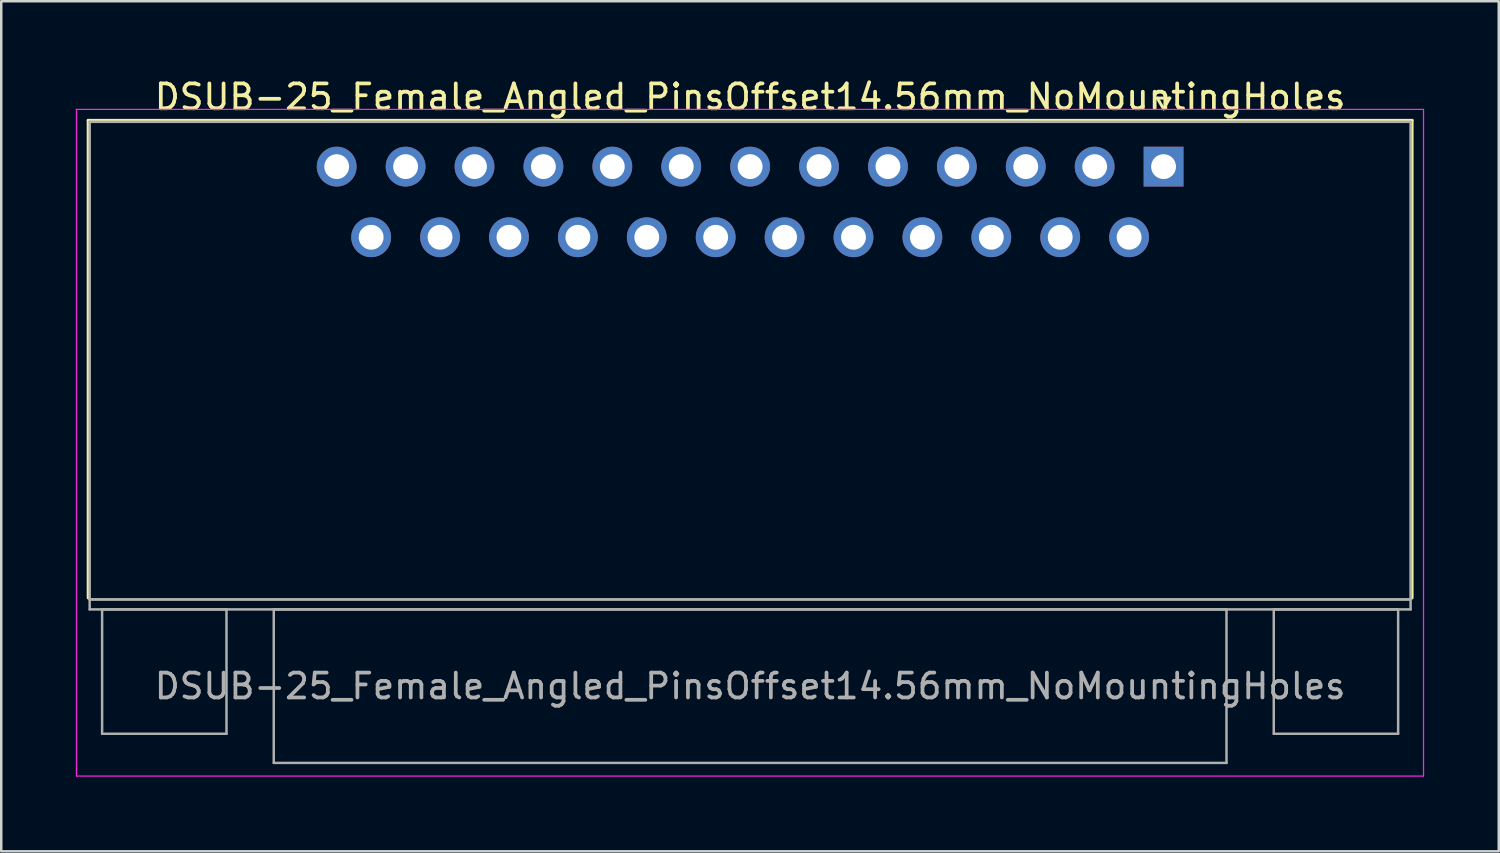
<source format=kicad_pcb>
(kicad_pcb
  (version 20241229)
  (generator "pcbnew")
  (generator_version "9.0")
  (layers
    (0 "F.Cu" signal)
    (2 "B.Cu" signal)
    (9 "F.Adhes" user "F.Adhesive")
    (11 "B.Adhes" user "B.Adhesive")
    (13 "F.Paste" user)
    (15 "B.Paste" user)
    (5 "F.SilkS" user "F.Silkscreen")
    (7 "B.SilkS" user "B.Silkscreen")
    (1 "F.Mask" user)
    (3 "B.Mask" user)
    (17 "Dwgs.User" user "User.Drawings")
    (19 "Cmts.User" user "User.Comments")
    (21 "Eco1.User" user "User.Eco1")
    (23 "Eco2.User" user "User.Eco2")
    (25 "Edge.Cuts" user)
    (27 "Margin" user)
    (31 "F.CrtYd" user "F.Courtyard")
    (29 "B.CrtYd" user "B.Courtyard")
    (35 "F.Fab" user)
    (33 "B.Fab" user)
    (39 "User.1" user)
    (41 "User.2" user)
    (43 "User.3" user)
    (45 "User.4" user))
  (footprint "DSUB-25_Female_Angled_PinsOffset14.56mm_NoMountingHoles"
    (layer "F.Cu")
    (at 43.725 3.648)
    (property "Reference" "DSUB-25_Female_Angled_PinsOffset14.56mm_NoMountingHoles" (at -16.62 -2.8 0) (layer "F.SilkS") (effects (font (size 1 1) (thickness 0.15))))
    (attr through_hole)
    (fp_line (start -43.23 -1.86) (end 9.99 -1.86) (stroke (width 0.12) (type solid)) (layer "F.SilkS"))
    (fp_line (start -43.23 17.34) (end -43.23 -1.86) (stroke (width 0.12) (type solid)) (layer "F.SilkS"))
    (fp_line (start -0.25 -2.754) (end 0.25 -2.754) (stroke (width 0.12) (type solid)) (layer "F.SilkS"))
    (fp_line (start 0 -2.321) (end -0.25 -2.754) (stroke (width 0.12) (type solid)) (layer "F.SilkS"))
    (fp_line (start 0.25 -2.754) (end 0 -2.321) (stroke (width 0.12) (type solid)) (layer "F.SilkS"))
    (fp_line (start 9.99 -1.86) (end 9.99 17.34) (stroke (width 0.12) (type solid)) (layer "F.SilkS"))
    (fp_line (start -43.7 -2.3) (end -43.7 24.5) (stroke (width 0.05) (type solid)) (layer "F.CrtYd"))
    (fp_line (start -43.7 24.5) (end 10.45 24.5) (stroke (width 0.05) (type solid)) (layer "F.CrtYd"))
    (fp_line (start 10.45 -2.3) (end -43.7 -2.3) (stroke (width 0.05) (type solid)) (layer "F.CrtYd"))
    (fp_line (start 10.45 24.5) (end 10.45 -2.3) (stroke (width 0.05) (type solid)) (layer "F.CrtYd"))
    (fp_line (start -43.17 -1.8) (end -43.17 17.4) (stroke (width 0.1) (type solid)) (layer "F.Fab"))
    (fp_line (start -43.17 17.4) (end -43.17 17.8) (stroke (width 0.1) (type solid)) (layer "F.Fab"))
    (fp_line (start -43.17 17.4) (end 9.93 17.4) (stroke (width 0.1) (type solid)) (layer "F.Fab"))
    (fp_line (start -43.17 17.8) (end 9.93 17.8) (stroke (width 0.1) (type solid)) (layer "F.Fab"))
    (fp_line (start -42.67 17.8) (end -42.67 22.8) (stroke (width 0.1) (type solid)) (layer "F.Fab"))
    (fp_line (start -42.67 22.8) (end -37.67 22.8) (stroke (width 0.1) (type solid)) (layer "F.Fab"))
    (fp_line (start -37.67 17.8) (end -42.67 17.8) (stroke (width 0.1) (type solid)) (layer "F.Fab"))
    (fp_line (start -37.67 22.8) (end -37.67 17.8) (stroke (width 0.1) (type solid)) (layer "F.Fab"))
    (fp_line (start -35.77 17.8) (end -35.77 23.97) (stroke (width 0.1) (type solid)) (layer "F.Fab"))
    (fp_line (start -35.77 23.97) (end 2.53 23.97) (stroke (width 0.1) (type solid)) (layer "F.Fab"))
    (fp_line (start 2.53 17.8) (end -35.77 17.8) (stroke (width 0.1) (type solid)) (layer "F.Fab"))
    (fp_line (start 2.53 23.97) (end 2.53 17.8) (stroke (width 0.1) (type solid)) (layer "F.Fab"))
    (fp_line (start 4.43 17.8) (end 4.43 22.8) (stroke (width 0.1) (type solid)) (layer "F.Fab"))
    (fp_line (start 4.43 22.8) (end 9.43 22.8) (stroke (width 0.1) (type solid)) (layer "F.Fab"))
    (fp_line (start 9.43 17.8) (end 4.43 17.8) (stroke (width 0.1) (type solid)) (layer "F.Fab"))
    (fp_line (start 9.43 22.8) (end 9.43 17.8) (stroke (width 0.1) (type solid)) (layer "F.Fab"))
    (fp_line (start 9.93 -1.8) (end -43.17 -1.8) (stroke (width 0.1) (type solid)) (layer "F.Fab"))
    (fp_line (start 9.93 17.4) (end -43.17 17.4) (stroke (width 0.1) (type solid)) (layer "F.Fab"))
    (fp_line (start 9.93 17.4) (end 9.93 -1.8) (stroke (width 0.1) (type solid)) (layer "F.Fab"))
    (fp_line (start 9.93 17.8) (end 9.93 17.4) (stroke (width 0.1) (type solid)) (layer "F.Fab"))
    (fp_text user "${REFERENCE}" (at -16.62 20.885 0) (layer "F.Fab") (effects (font (size 1 1) (thickness 0.15))))
    (pad "1" thru_hole rect (at 0 0) (size 1.6 1.6) (drill 1) (layers "*.Cu" "*.Mask"))
    (pad "2" thru_hole circle (at -2.77 0) (size 1.6 1.6) (drill 1) (layers "*.Cu" "*.Mask"))
    (pad "3" thru_hole circle (at -5.54 0) (size 1.6 1.6) (drill 1) (layers "*.Cu" "*.Mask"))
    (pad "4" thru_hole circle (at -8.31 0) (size 1.6 1.6) (drill 1) (layers "*.Cu" "*.Mask"))
    (pad "5" thru_hole circle (at -11.08 0) (size 1.6 1.6) (drill 1) (layers "*.Cu" "*.Mask"))
    (pad "6" thru_hole circle (at -13.85 0) (size 1.6 1.6) (drill 1) (layers "*.Cu" "*.Mask"))
    (pad "7" thru_hole circle (at -16.62 0) (size 1.6 1.6) (drill 1) (layers "*.Cu" "*.Mask"))
    (pad "8" thru_hole circle (at -19.39 0) (size 1.6 1.6) (drill 1) (layers "*.Cu" "*.Mask"))
    (pad "9" thru_hole circle (at -22.16 0) (size 1.6 1.6) (drill 1) (layers "*.Cu" "*.Mask"))
    (pad "10" thru_hole circle (at -24.93 0) (size 1.6 1.6) (drill 1) (layers "*.Cu" "*.Mask"))
    (pad "11" thru_hole circle (at -27.7 0) (size 1.6 1.6) (drill 1) (layers "*.Cu" "*.Mask"))
    (pad "12" thru_hole circle (at -30.47 0) (size 1.6 1.6) (drill 1) (layers "*.Cu" "*.Mask"))
    (pad "13" thru_hole circle (at -33.24 0) (size 1.6 1.6) (drill 1) (layers "*.Cu" "*.Mask"))
    (pad "14" thru_hole circle (at -1.385 2.84) (size 1.6 1.6) (drill 1) (layers "*.Cu" "*.Mask"))
    (pad "15" thru_hole circle (at -4.155 2.84) (size 1.6 1.6) (drill 1) (layers "*.Cu" "*.Mask"))
    (pad "16" thru_hole circle (at -6.925 2.84) (size 1.6 1.6) (drill 1) (layers "*.Cu" "*.Mask"))
    (pad "17" thru_hole circle (at -9.695 2.84) (size 1.6 1.6) (drill 1) (layers "*.Cu" "*.Mask"))
    (pad "18" thru_hole circle (at -12.465 2.84) (size 1.6 1.6) (drill 1) (layers "*.Cu" "*.Mask"))
    (pad "19" thru_hole circle (at -15.235 2.84) (size 1.6 1.6) (drill 1) (layers "*.Cu" "*.Mask"))
    (pad "20" thru_hole circle (at -18.005 2.84) (size 1.6 1.6) (drill 1) (layers "*.Cu" "*.Mask"))
    (pad "21" thru_hole circle (at -20.775 2.84) (size 1.6 1.6) (drill 1) (layers "*.Cu" "*.Mask"))
    (pad "22" thru_hole circle (at -23.545 2.84) (size 1.6 1.6) (drill 1) (layers "*.Cu" "*.Mask"))
    (pad "23" thru_hole circle (at -26.315 2.84) (size 1.6 1.6) (drill 1) (layers "*.Cu" "*.Mask"))
    (pad "24" thru_hole circle (at -29.085 2.84) (size 1.6 1.6) (drill 1) (layers "*.Cu" "*.Mask"))
    (pad "25" thru_hole circle (at -31.855 2.84) (size 1.6 1.6) (drill 1) (layers "*.Cu" "*.Mask")))
  (gr_rect
    (start -3 -3)
    (end 57.2 31.173)
    (stroke (width 0.1) (type default))
    (fill no)
    (layer "Edge.Cuts")))
</source>
